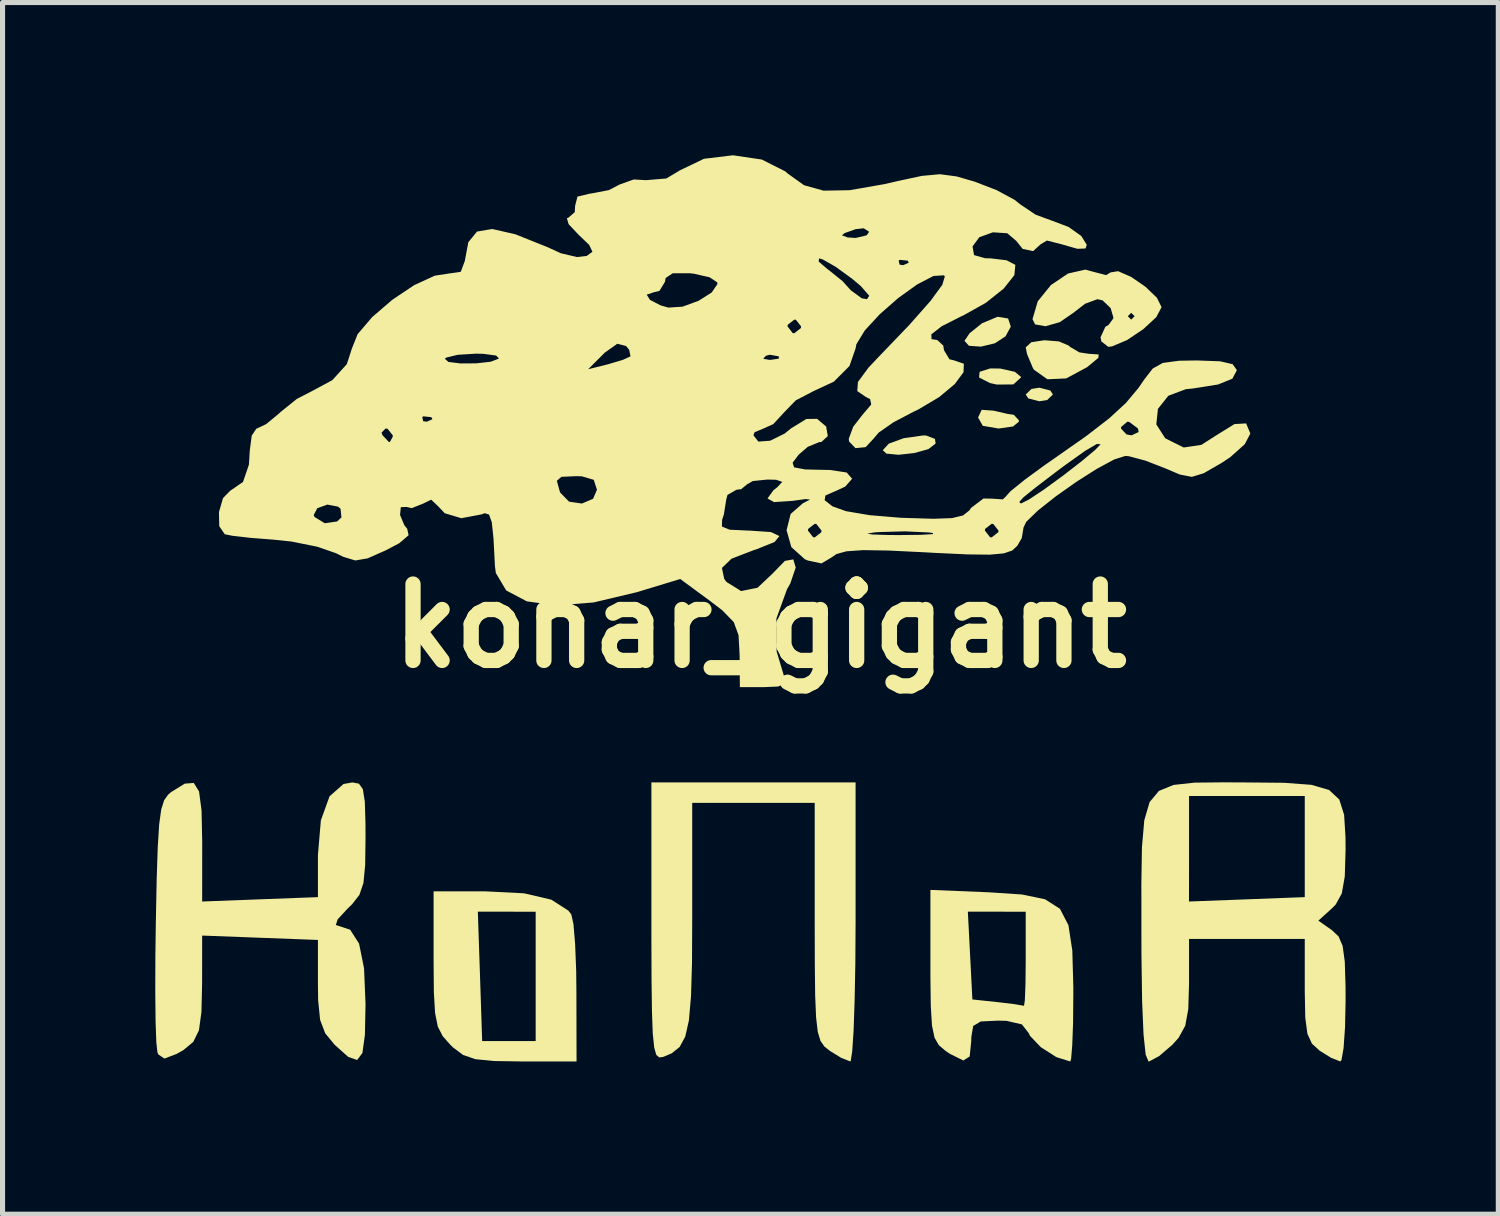
<source format=kicad_pcb>
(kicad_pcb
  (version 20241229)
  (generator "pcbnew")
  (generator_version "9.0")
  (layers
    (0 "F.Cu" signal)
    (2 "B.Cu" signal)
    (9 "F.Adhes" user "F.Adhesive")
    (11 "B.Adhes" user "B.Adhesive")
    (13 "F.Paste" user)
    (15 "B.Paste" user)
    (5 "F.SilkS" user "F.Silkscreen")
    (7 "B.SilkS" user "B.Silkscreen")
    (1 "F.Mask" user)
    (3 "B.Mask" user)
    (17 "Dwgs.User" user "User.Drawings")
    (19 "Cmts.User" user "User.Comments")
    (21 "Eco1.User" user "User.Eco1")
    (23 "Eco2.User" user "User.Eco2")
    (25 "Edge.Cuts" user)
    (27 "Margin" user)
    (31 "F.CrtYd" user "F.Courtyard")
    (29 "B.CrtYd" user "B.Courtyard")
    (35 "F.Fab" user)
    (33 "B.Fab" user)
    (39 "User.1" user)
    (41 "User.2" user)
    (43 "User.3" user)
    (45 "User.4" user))
  (footprint "konar_gigant"
    (layer "F.Cu")
    (at 11.884 9.244)
    (property "Reference" "konar_gigant" (at 0 0 0) (layer "F.SilkS") (effects (font (size 1.5 1.5) (thickness 0.3))))
    (attr board_only exclude_from_pos_files exclude_from_bom)
    (fp_poly (pts (xy 5.698 -4.623) (xy 5.748 -4.545) (xy 5.636 -4.437) (xy 5.481 -4.412) (xy 5.264 -4.468) (xy 5.214 -4.545) (xy 5.326 -4.654) (xy 5.481 -4.679)) (stroke (width 0) (type solid)) (fill yes) (layer "F.SilkS"))
    (fp_poly (pts (xy 4.712 -5.055) (xy 5 -4.991) (xy 5.121 -4.891) (xy 5.12 -4.879) (xy 4.972 -4.743) (xy 4.646 -4.74) (xy 4.512 -4.77) (xy 4.297 -4.879) (xy 4.309 -4.991) (xy 4.515 -5.057)) (stroke (width 0) (type solid)) (fill yes) (layer "F.SilkS"))
    (fp_poly (pts (xy 3.431 -3.673) (xy 3.444 -3.582) (xy 3.302 -3.472) (xy 3.025 -3.395) (xy 2.715 -3.361) (xy 2.477 -3.384) (xy 2.406 -3.451) (xy 2.525 -3.58) (xy 2.818 -3.687) (xy 3.194 -3.74) (xy 3.253 -3.741)) (stroke (width 0) (type solid)) (fill yes) (layer "F.SilkS"))
    (fp_poly (pts (xy 4.579 -4.228) (xy 4.856 -4.164) (xy 4.98 -4.146) (xy 5.077 -4.041) (xy 5.08 -4.011) (xy 4.964 -3.917) (xy 4.684 -3.877) (xy 4.679 -3.877) (xy 4.37 -3.93) (xy 4.278 -4.093) (xy 4.349 -4.244)) (stroke (width 0) (type solid)) (fill yes) (layer "F.SilkS"))
    (fp_poly (pts (xy 4.868 -6.038) (xy 4.921 -5.878) (xy 4.817 -5.687) (xy 4.608 -5.551) (xy 4.333 -5.485) (xy 4.098 -5.502) (xy 4.011 -5.599) (xy 4.111 -5.748) (xy 4.354 -5.943) (xy 4.359 -5.946) (xy 4.661 -6.072)) (stroke (width 0) (type solid)) (fill yes) (layer "F.SilkS"))
    (fp_poly (pts (xy 5.866 -5.588) (xy 6.065 -5.503) (xy 6.083 -5.481) (xy 6.269 -5.372) (xy 6.458 -5.344) (xy 6.647 -5.332) (xy 6.641 -5.265) (xy 6.431 -5.091) (xy 6.417 -5.08) (xy 6.008 -4.861) (xy 5.64 -4.844) (xy 5.376 -5.031) (xy 5.352 -5.071) (xy 5.239 -5.342) (xy 5.214 -5.472) (xy 5.325 -5.572) (xy 5.581 -5.611)) (stroke (width 0) (type solid)) (fill yes) (layer "F.SilkS"))
    (fp_poly (pts (xy -4.64 5.253) (xy -4.104 5.378) (xy -3.77 5.593) (xy -3.712 5.668) (xy -3.67 5.857) (xy -3.637 6.249) (xy -3.616 6.781) (xy -3.612 7.186) (xy -3.609 8.556) (xy -4.685 8.556) (xy -5.238 8.547) (xy -5.598 8.511) (xy -5.838 8.428) (xy -6.032 8.283) (xy -6.089 8.228) (xy -6.239 8.058) (xy -6.335 7.87) (xy -6.388 7.603) (xy -6.412 7.194) (xy -6.417 6.582) (xy -6.417 6.557) (xy -6.417 5.614) (xy -5.548 5.614) (xy -5.505 6.884) (xy -5.463 8.155) (xy -4.937 8.155) (xy -4.412 8.155) (xy -4.412 6.885) (xy -4.412 5.615) (xy -4.98 5.614) (xy -5.548 5.614) (xy -6.417 5.614) (xy -6.417 5.214) (xy -5.405 5.214)) (stroke (width 0) (type solid)) (fill yes) (layer "F.SilkS"))
    (fp_poly (pts (xy 1.872 5.815) (xy 1.867 6.639) (xy 1.853 7.363) (xy 1.833 7.949) (xy 1.806 8.356) (xy 1.776 8.547) (xy 1.768 8.556) (xy 1.591 8.486) (xy 1.367 8.348) (xy 1.259 8.262) (xy 1.182 8.151) (xy 1.129 7.974) (xy 1.096 7.69) (xy 1.078 7.26) (xy 1.071 6.643) (xy 1.069 5.808) (xy 1.069 3.476) (xy -0.134 3.476) (xy -1.337 3.476) (xy -1.337 5.723) (xy -1.341 6.615) (xy -1.361 7.278) (xy -1.402 7.75) (xy -1.474 8.068) (xy -1.584 8.271) (xy -1.74 8.396) (xy -1.905 8.466) (xy -1.984 8.477) (xy -2.043 8.426) (xy -2.084 8.281) (xy -2.112 8.008) (xy -2.128 7.576) (xy -2.136 6.95) (xy -2.139 6.1) (xy -2.139 5.811) (xy -2.139 3.075) (xy -0.134 3.075) (xy 1.872 3.075)) (stroke (width 0) (type solid)) (fill yes) (layer "F.SilkS"))
    (fp_poly (pts (xy 6.544 -6.955) (xy 6.793 -6.89) (xy 6.88 -6.943) (xy 7.028 -6.967) (xy 7.283 -6.856) (xy 7.564 -6.663) (xy 7.791 -6.445) (xy 7.882 -6.261) (xy 7.779 -6.065) (xy 7.522 -5.827) (xy 7.202 -5.613) (xy 6.909 -5.49) (xy 6.836 -5.481) (xy 6.699 -5.588) (xy 6.684 -5.67) (xy 6.778 -5.875) (xy 6.842 -5.912) (xy 6.938 -6.045) (xy 6.928 -6.083) (xy 7.219 -6.083) (xy 7.286 -6.016) (xy 7.353 -6.083) (xy 7.286 -6.149) (xy 7.219 -6.083) (xy 6.928 -6.083) (xy 6.882 -6.242) (xy 6.723 -6.394) (xy 6.622 -6.417) (xy 6.381 -6.328) (xy 6.149 -6.149) (xy 5.883 -5.966) (xy 5.602 -5.886) (xy 5.398 -5.922) (xy 5.347 -6.025) (xy 5.45 -6.375) (xy 5.708 -6.694) (xy 6.044 -6.921) (xy 6.383 -6.998)) (stroke (width 0) (type solid)) (fill yes) (layer "F.SilkS"))
    (fp_poly (pts (xy 4.49 5.233) (xy 5.139 5.276) (xy 5.593 5.37) (xy 5.886 5.557) (xy 6.053 5.879) (xy 6.129 6.377) (xy 6.149 7.093) (xy 6.149 7.234) (xy 6.144 7.792) (xy 6.128 8.233) (xy 6.106 8.501) (xy 6.089 8.556) (xy 5.816 8.471) (xy 5.51 8.275) (xy 5.298 8.053) (xy 5.274 8.001) (xy 5.139 7.828) (xy 4.837 7.758) (xy 4.67 7.754) (xy 4.331 7.77) (xy 4.182 7.859) (xy 4.145 8.079) (xy 4.144 8.155) (xy 4.113 8.458) (xy 3.989 8.537) (xy 3.729 8.409) (xy 3.639 8.348) (xy 3.509 8.238) (xy 3.423 8.09) (xy 3.373 7.853) (xy 3.349 7.472) (xy 3.342 6.893) (xy 3.342 6.663) (xy 3.342 5.614) (xy 4.077 5.614) (xy 4.122 6.476) (xy 4.166 7.338) (xy 4.657 7.39) (xy 4.984 7.429) (xy 5.169 7.46) (xy 5.18 7.464) (xy 5.197 7.353) (xy 5.209 7.041) (xy 5.214 6.592) (xy 5.214 6.551) (xy 5.214 5.615) (xy 4.646 5.614) (xy 4.077 5.614) (xy 3.342 5.614) (xy 3.342 5.186)) (stroke (width 0) (type solid)) (fill yes) (layer "F.SilkS"))
    (fp_poly (pts (xy -7.884 3.099) (xy -7.807 3.207) (xy -7.768 3.452) (xy -7.755 3.887) (xy -7.754 4.151) (xy -7.761 4.698) (xy -7.795 5.051) (xy -7.874 5.283) (xy -8.017 5.467) (xy -8.107 5.554) (xy -8.301 5.764) (xy -8.338 5.876) (xy -8.317 5.882) (xy -8.056 5.968) (xy -7.881 6.241) (xy -7.783 6.727) (xy -7.754 7.429) (xy -7.766 8.031) (xy -7.815 8.389) (xy -7.918 8.527) (xy -8.093 8.467) (xy -8.356 8.233) (xy -8.361 8.228) (xy -8.546 8.003) (xy -8.646 7.74) (xy -8.685 7.351) (xy -8.689 7.034) (xy -8.689 6.169) (xy -9.826 6.126) (xy -10.963 6.083) (xy -10.964 7.018) (xy -10.977 7.581) (xy -11.026 7.943) (xy -11.138 8.172) (xy -11.335 8.335) (xy -11.465 8.408) (xy -11.705 8.499) (xy -11.823 8.419) (xy -11.842 8.375) (xy -11.863 8.184) (xy -11.878 7.773) (xy -11.884 7.189) (xy -11.882 6.48) (xy -11.873 5.819) (xy -11.856 4.963) (xy -11.835 4.336) (xy -11.807 3.896) (xy -11.767 3.606) (xy -11.71 3.425) (xy -11.631 3.314) (xy -11.572 3.264) (xy -11.305 3.099) (xy -11.128 3.085) (xy -11.024 3.252) (xy -10.975 3.628) (xy -10.962 4.242) (xy -10.962 4.244) (xy -10.963 5.414) (xy -9.826 5.371) (xy -8.689 5.328) (xy -8.689 4.498) (xy -8.631 3.818) (xy -8.461 3.348) (xy -8.187 3.106) (xy -8.013 3.075)) (stroke (width 0) (type solid)) (fill yes) (layer "F.SilkS"))
    (fp_poly (pts (xy 9.526 3.075) (xy 10.288 3.082) (xy 10.824 3.122) (xy 11.172 3.223) (xy 11.373 3.41) (xy 11.468 3.71) (xy 11.495 4.152) (xy 11.497 4.4) (xy 11.481 4.924) (xy 11.422 5.257) (xy 11.303 5.473) (xy 11.229 5.548) (xy 10.962 5.79) (xy 11.229 5.977) (xy 11.359 6.1) (xy 11.439 6.286) (xy 11.481 6.595) (xy 11.496 7.087) (xy 11.497 7.36) (xy 11.486 7.888) (xy 11.457 8.297) (xy 11.416 8.527) (xy 11.393 8.556) (xy 11.216 8.486) (xy 10.992 8.348) (xy 10.837 8.208) (xy 10.747 8.013) (xy 10.705 7.695) (xy 10.695 7.183) (xy 10.695 7.145) (xy 10.695 6.149) (xy 9.558 6.149) (xy 8.422 6.149) (xy 8.422 7.024) (xy 8.407 7.529) (xy 8.347 7.855) (xy 8.218 8.09) (xy 8.094 8.228) (xy 7.835 8.45) (xy 7.64 8.555) (xy 7.626 8.556) (xy 7.57 8.423) (xy 7.528 8.026) (xy 7.5 7.37) (xy 7.487 6.456) (xy 7.486 6.037) (xy 7.486 5.414) (xy 8.421 5.414) (xy 9.558 5.371) (xy 10.695 5.328) (xy 10.695 4.335) (xy 10.695 3.342) (xy 9.558 3.342) (xy 8.422 3.342) (xy 8.422 4.378) (xy 8.421 5.414) (xy 7.486 5.414) (xy 7.485 5.073) (xy 7.497 4.345) (xy 7.543 3.818) (xy 7.647 3.461) (xy 7.831 3.241) (xy 8.118 3.124) (xy 8.529 3.079) (xy 9.088 3.073)) (stroke (width 0) (type solid)) (fill yes) (layer "F.SilkS"))
    (fp_poly (pts (xy 0.031 -9.16) (xy 0.492 -8.927) (xy 0.543 -8.882) (xy 0.859 -8.656) (xy 1.244 -8.549) (xy 1.753 -8.558) (xy 2.437 -8.677) (xy 2.674 -8.732) (xy 3.173 -8.839) (xy 3.528 -8.872) (xy 3.854 -8.829) (xy 4.211 -8.726) (xy 4.643 -8.559) (xy 4.993 -8.37) (xy 5.108 -8.279) (xy 5.408 -8.077) (xy 5.733 -7.958) (xy 6.054 -7.837) (xy 6.304 -7.66) (xy 6.413 -7.485) (xy 6.388 -7.413) (xy 6.229 -7.407) (xy 5.941 -7.489) (xy 5.937 -7.491) (xy 5.63 -7.569) (xy 5.506 -7.495) (xy 5.359 -7.361) (xy 5.154 -7.405) (xy 5.028 -7.562) (xy 4.852 -7.712) (xy 4.57 -7.731) (xy 4.302 -7.634) (xy 4.169 -7.453) (xy 4.199 -7.283) (xy 4.416 -7.222) (xy 4.528 -7.219) (xy 4.839 -7.181) (xy 5.01 -7.091) (xy 4.991 -6.89) (xy 4.781 -6.625) (xy 4.428 -6.344) (xy 3.984 -6.096) (xy 3.948 -6.081) (xy 3.563 -5.885) (xy 3.36 -5.727) (xy 3.364 -5.632) (xy 3.476 -5.615) (xy 3.594 -5.506) (xy 3.609 -5.414) (xy 3.716 -5.237) (xy 3.81 -5.214) (xy 3.999 -5.149) (xy 3.992 -4.982) (xy 3.82 -4.75) (xy 3.514 -4.494) (xy 3.103 -4.25) (xy 3.016 -4.209) (xy 2.616 -3.999) (xy 2.325 -3.796) (xy 2.226 -3.679) (xy 2.07 -3.511) (xy 1.87 -3.491) (xy 1.744 -3.622) (xy 1.738 -3.676) (xy 1.826 -3.913) (xy 2.008 -4.147) (xy 2.18 -4.349) (xy 2.157 -4.455) (xy 2.075 -4.496) (xy 1.905 -4.612) (xy 1.918 -4.791) (xy 2.125 -5.072) (xy 2.306 -5.264) (xy 2.923 -5.907) (xy 3.344 -6.383) (xy 3.576 -6.7) (xy 3.625 -6.866) (xy 3.607 -6.886) (xy 3.402 -6.873) (xy 3.082 -6.707) (xy 2.71 -6.44) (xy 2.346 -6.121) (xy 2.052 -5.802) (xy 1.887 -5.531) (xy 1.872 -5.45) (xy 1.752 -5.105) (xy 1.446 -4.798) (xy 1.043 -4.61) (xy 0.696 -4.429) (xy 0.472 -4.198) (xy 0.255 -3.963) (xy 0.064 -3.877) (xy -0.112 -3.804) (xy -0.134 -3.743) (xy -0.038 -3.62) (xy 0.193 -3.637) (xy 0.478 -3.777) (xy 0.606 -3.881) (xy 0.905 -4.064) (xy 1.116 -4.067) (xy 1.294 -3.916) (xy 1.326 -3.728) (xy 1.202 -3.614) (xy 1.157 -3.609) (xy 0.934 -3.518) (xy 0.755 -3.364) (xy 0.635 -3.205) (xy 0.664 -3.114) (xy 0.881 -3.073) (xy 1.323 -3.063) (xy 1.366 -3.063) (xy 1.697 -3.013) (xy 1.804 -2.89) (xy 1.67 -2.737) (xy 1.523 -2.668) (xy 1.279 -2.561) (xy 1.264 -2.47) (xy 1.416 -2.349) (xy 1.684 -2.253) (xy 2.152 -2.174) (xy 2.753 -2.124) (xy 2.831 -2.121) (xy 3.402 -2.104) (xy 3.766 -2.117) (xy 3.982 -2.169) (xy 4.107 -2.268) (xy 4.142 -2.319) (xy 4.293 -2.433) (xy 5.086 -2.433) (xy 5.116 -2.407) (xy 5.126 -2.406) (xy 5.275 -2.481) (xy 5.572 -2.678) (xy 5.951 -2.954) (xy 5.955 -2.957) (xy 6.319 -3.24) (xy 6.581 -3.459) (xy 6.684 -3.566) (xy 6.684 -3.567) (xy 6.612 -3.574) (xy 6.381 -3.438) (xy 5.972 -3.146) (xy 5.815 -3.029) (xy 5.401 -2.713) (xy 5.169 -2.525) (xy 5.086 -2.433) (xy 4.293 -2.433) (xy 4.384 -2.502) (xy 4.555 -2.499) (xy 4.763 -2.485) (xy 4.813 -2.531) (xy 4.916 -2.646) (xy 5.191 -2.868) (xy 5.587 -3.158) (xy 5.773 -3.287) (xy 6.405 -3.73) (xy 6.595 -3.877) (xy 7.085 -3.877) (xy 7.194 -3.76) (xy 7.294 -3.743) (xy 7.432 -3.808) (xy 7.419 -3.877) (xy 7.249 -4.005) (xy 7.211 -4.011) (xy 7.089 -3.909) (xy 7.085 -3.877) (xy 6.595 -3.877) (xy 6.858 -4.08) (xy 7.182 -4.379) (xy 7.428 -4.673) (xy 7.547 -4.846) (xy 7.709 -5.055) (xy 7.906 -5.165) (xy 8.224 -5.208) (xy 8.571 -5.214) (xy 9.033 -5.197) (xy 9.279 -5.14) (xy 9.357 -5.03) (xy 9.358 -5.016) (xy 9.273 -4.855) (xy 8.994 -4.742) (xy 8.489 -4.662) (xy 8.358 -4.649) (xy 8.015 -4.52) (xy 7.811 -4.263) (xy 7.779 -3.958) (xy 7.953 -3.687) (xy 7.962 -3.681) (xy 8.317 -3.504) (xy 8.665 -3.556) (xy 8.957 -3.743) (xy 9.314 -3.964) (xy 9.543 -3.977) (xy 9.625 -3.781) (xy 9.625 -3.776) (xy 9.516 -3.568) (xy 9.231 -3.313) (xy 9.057 -3.198) (xy 8.71 -2.998) (xy 8.477 -2.927) (xy 8.241 -2.973) (xy 7.954 -3.095) (xy 7.565 -3.246) (xy 7.242 -3.332) (xy 7.173 -3.339) (xy 6.952 -3.269) (xy 6.609 -3.084) (xy 6.204 -2.826) (xy 5.798 -2.539) (xy 5.451 -2.264) (xy 5.224 -2.044) (xy 5.171 -1.933) (xy 5.136 -1.724) (xy 5.048 -1.573) (xy 4.948 -1.48) (xy 4.783 -1.424) (xy 4.507 -1.399) (xy 4.072 -1.404) (xy 3.429 -1.434) (xy 3.238 -1.445) (xy 2.517 -1.48) (xy 2.017 -1.488) (xy 1.691 -1.465) (xy 1.494 -1.41) (xy 1.404 -1.347) (xy 1.202 -1.227) (xy 0.934 -1.284) (xy 0.874 -1.31) (xy 0.61 -1.547) (xy 0.518 -1.872) (xy 0.936 -1.872) (xy 1.038 -1.742) (xy 1.069 -1.738) (xy 1.166 -1.813) (xy 2.101 -1.813) (xy 2.202 -1.795) (xy 2.52 -1.785) (xy 2.741 -1.784) (xy 3.164 -1.789) (xy 3.391 -1.803) (xy 3.393 -1.824) (xy 3.312 -1.835) (xy 2.838 -1.857) (xy 2.319 -1.842) (xy 2.243 -1.836) (xy 2.101 -1.813) (xy 1.166 -1.813) (xy 1.199 -1.84) (xy 1.203 -1.872) (xy 4.412 -1.872) (xy 4.513 -1.742) (xy 4.545 -1.738) (xy 4.675 -1.84) (xy 4.679 -1.872) (xy 4.577 -2.001) (xy 4.545 -2.005) (xy 4.415 -1.904) (xy 4.412 -1.872) (xy 1.203 -1.872) (xy 1.101 -2.001) (xy 1.069 -2.005) (xy 0.94 -1.904) (xy 0.936 -1.872) (xy 0.518 -1.872) (xy 0.516 -1.876) (xy 0.596 -2.198) (xy 0.836 -2.408) (xy 0.977 -2.481) (xy 0.889 -2.491) (xy 0.635 -2.456) (xy 0.27 -2.431) (xy 0.142 -2.503) (xy 0.259 -2.665) (xy 0.337 -2.726) (xy 0.432 -2.829) (xy 0.311 -2.87) (xy 0.136 -2.874) (xy -0.147 -2.845) (xy -0.267 -2.776) (xy -0.267 -2.774) (xy -0.376 -2.685) (xy -0.468 -2.674) (xy -0.645 -2.572) (xy -0.668 -2.484) (xy -0.715 -2.19) (xy -0.75 -2.083) (xy -0.754 -1.952) (xy -0.601 -1.889) (xy -0.238 -1.872) (xy -0.215 -1.872) (xy 0.21 -1.843) (xy 0.376 -1.764) (xy 0.28 -1.647) (xy -0.079 -1.503) (xy -0.128 -1.488) (xy -0.566 -1.319) (xy -0.753 -1.138) (xy -0.709 -0.924) (xy -0.664 -0.863) (xy -0.377 -0.684) (xy -0.054 -0.749) (xy 0.236 -1.023) (xy 0.484 -1.277) (xy 0.649 -1.306) (xy 0.696 -1.146) (xy 0.59 -0.834) (xy 0.525 -0.72) (xy 0.317 -0.146) (xy 0.321 0.502) (xy 0.461 0.969) (xy 0.49 1.125) (xy 0.354 1.191) (xy 0.081 1.203) (xy -0.401 1.203) (xy -0.406 0.568) (xy -0.427 0.183) (xy -0.521 -0.074) (xy -0.744 -0.304) (xy -0.992 -0.494) (xy -1.573 -0.921) (xy -2.424 -0.662) (xy -3.276 -0.46) (xy -4.005 -0.402) (xy -4.586 -0.482) (xy -4.991 -0.696) (xy -5.194 -1.038) (xy -5.212 -1.171) (xy -5.24 -1.713) (xy -5.274 -2.036) (xy -5.328 -2.187) (xy -5.413 -2.213) (xy -5.481 -2.189) (xy -5.872 -2.115) (xy -6.199 -2.213) (xy -6.318 -2.34) (xy -6.464 -2.479) (xy -6.622 -2.402) (xy -6.847 -2.313) (xy -6.946 -2.336) (xy -7.061 -2.332) (xy -7.076 -2.179) (xy -6.992 -1.978) (xy -6.936 -1.909) (xy -6.908 -1.781) (xy -7.091 -1.624) (xy -7.352 -1.486) (xy -7.714 -1.326) (xy -7.955 -1.285) (xy -8.192 -1.357) (xy -8.335 -1.428) (xy -8.702 -1.555) (xy -9.204 -1.656) (xy -9.556 -1.693) (xy -10.013 -1.729) (xy -10.37 -1.77) (xy -10.519 -1.8) (xy -10.627 -1.958) (xy -10.632 -2.177) (xy -8.772 -2.177) (xy -8.757 -2.14) (xy -8.555 -2.016) (xy -8.312 -2.051) (xy -8.227 -2.13) (xy -8.245 -2.301) (xy -8.293 -2.342) (xy -8.505 -2.383) (xy -8.702 -2.311) (xy -8.772 -2.177) (xy -10.632 -2.177) (xy -10.633 -2.235) (xy -10.554 -2.509) (xy -10.413 -2.654) (xy -10.161 -2.827) (xy -10.153 -2.85) (xy -3.996 -2.85) (xy -3.94 -2.645) (xy -3.929 -2.618) (xy -3.756 -2.44) (xy -3.504 -2.403) (xy -3.285 -2.496) (xy -3.208 -2.674) (xy -3.271 -2.869) (xy -3.506 -2.938) (xy -3.609 -2.941) (xy -3.906 -2.928) (xy -3.996 -2.85) (xy -10.153 -2.85) (xy -10.044 -3.169) (xy -10.028 -3.442) (xy -9.989 -3.738) (xy -9.951 -3.795) (xy -7.44 -3.795) (xy -7.419 -3.743) (xy -7.299 -3.616) (xy -7.278 -3.609) (xy -7.22 -3.713) (xy -7.219 -3.743) (xy -7.322 -3.872) (xy -7.361 -3.877) (xy -7.44 -3.795) (xy -9.951 -3.795) (xy -9.897 -3.876) (xy -9.887 -3.877) (xy -9.705 -3.964) (xy -9.54 -4.1) (xy -6.64 -4.1) (xy -6.621 -4.02) (xy -6.551 -4.011) (xy -6.44 -4.059) (xy -6.461 -4.1) (xy -6.62 -4.116) (xy -6.64 -4.1) (xy -9.54 -4.1) (xy -9.449 -4.176) (xy -9.423 -4.201) (xy -9.105 -4.457) (xy -8.794 -4.618) (xy -8.794 -4.618) (xy -8.406 -4.827) (xy -8.212 -5.041) (xy -3.381 -5.041) (xy -2.994 -5.138) (xy -2.7 -5.225) (xy -2.655 -5.246) (xy 0.058 -5.246) (xy 0.189 -5.224) (xy 0.363 -5.249) (xy 0.365 -5.294) (xy 0.186 -5.326) (xy 0.109 -5.305) (xy 0.058 -5.246) (xy -2.655 -5.246) (xy -2.549 -5.294) (xy -2.575 -5.422) (xy -2.636 -5.497) (xy -2.808 -5.542) (xy -3.055 -5.367) (xy -3.081 -5.341) (xy -3.381 -5.041) (xy -8.212 -5.041) (xy -8.122 -5.141) (xy -8.087 -5.247) (xy -6.196 -5.247) (xy -6.127 -5.185) (xy -5.889 -5.155) (xy -5.58 -5.157) (xy -5.294 -5.189) (xy -5.132 -5.251) (xy -5.188 -5.31) (xy -5.442 -5.344) (xy -5.585 -5.347) (xy -5.942 -5.325) (xy -6.168 -5.27) (xy -6.196 -5.247) (xy -8.087 -5.247) (xy -8.021 -5.45) (xy -7.91 -5.729) (xy -7.78 -5.882) (xy 0.535 -5.882) (xy 0.636 -5.752) (xy 0.668 -5.748) (xy 0.798 -5.85) (xy 0.802 -5.882) (xy 0.7 -6.012) (xy 0.668 -6.016) (xy 0.539 -5.914) (xy 0.535 -5.882) (xy -7.78 -5.882) (xy -7.624 -6.065) (xy -7.231 -6.403) (xy -7.078 -6.506) (xy -2.231 -6.506) (xy -2.167 -6.404) (xy -1.957 -6.295) (xy -1.805 -6.252) (xy -1.528 -6.27) (xy -1.213 -6.385) (xy -0.953 -6.55) (xy -0.841 -6.716) (xy -0.845 -6.747) (xy -0.994 -6.847) (xy -1.306 -6.918) (xy -1.381 -6.926) (xy -1.72 -6.926) (xy -1.859 -6.834) (xy -1.872 -6.759) (xy -1.98 -6.581) (xy -2.099 -6.551) (xy -2.231 -6.506) (xy -7.078 -6.506) (xy -6.798 -6.693) (xy -6.394 -6.879) (xy -6.131 -6.919) (xy -5.883 -6.955) (xy -5.808 -7.157) (xy 1.146 -7.157) (xy 1.321 -7.007) (xy 1.341 -6.993) (xy 1.617 -6.771) (xy 1.778 -6.592) (xy 1.994 -6.434) (xy 2.097 -6.417) (xy 2.14 -6.485) (xy 1.976 -6.673) (xy 1.805 -6.818) (xy 1.479 -7.054) (xy 1.269 -7.174) (xy 2.718 -7.174) (xy 2.737 -7.095) (xy 2.807 -7.085) (xy 2.917 -7.134) (xy 2.896 -7.174) (xy 2.738 -7.19) (xy 2.718 -7.174) (xy 1.269 -7.174) (xy 1.227 -7.198) (xy 1.155 -7.219) (xy 1.146 -7.157) (xy -5.808 -7.157) (xy -5.804 -7.167) (xy -5.735 -7.536) (xy -5.565 -7.745) (xy -5.266 -7.796) (xy -4.81 -7.692) (xy -4.169 -7.435) (xy -3.919 -7.32) (xy -3.602 -7.245) (xy -3.409 -7.267) (xy -3.297 -7.349) (xy -3.361 -7.484) (xy -3.557 -7.671) (xy 1.604 -7.671) (xy 1.717 -7.63) (xy 1.872 -7.62) (xy 2.089 -7.671) (xy 2.139 -7.741) (xy 2.032 -7.81) (xy 1.872 -7.792) (xy 1.656 -7.715) (xy 1.604 -7.671) (xy -3.557 -7.671) (xy -3.568 -7.682) (xy -3.765 -7.891) (xy -3.799 -8.008) (xy -3.771 -8.017) (xy -3.644 -8.127) (xy -3.637 -8.253) (xy -3.591 -8.432) (xy -3.337 -8.493) (xy -3.322 -8.493) (xy -2.974 -8.56) (xy -2.767 -8.668) (xy -2.485 -8.769) (xy -2.246 -8.755) (xy -1.846 -8.788) (xy -1.577 -8.949) (xy -1.106 -9.175) (xy -0.536 -9.244)) (stroke (width 0) (type solid)) (fill yes) (layer "F.SilkS")))
  (gr_rect
    (start -3 -3)
    (end 26.381 20.8)
    (stroke (width 0.1) (type default))
    (fill no)
    (layer "Edge.Cuts")))
</source>
